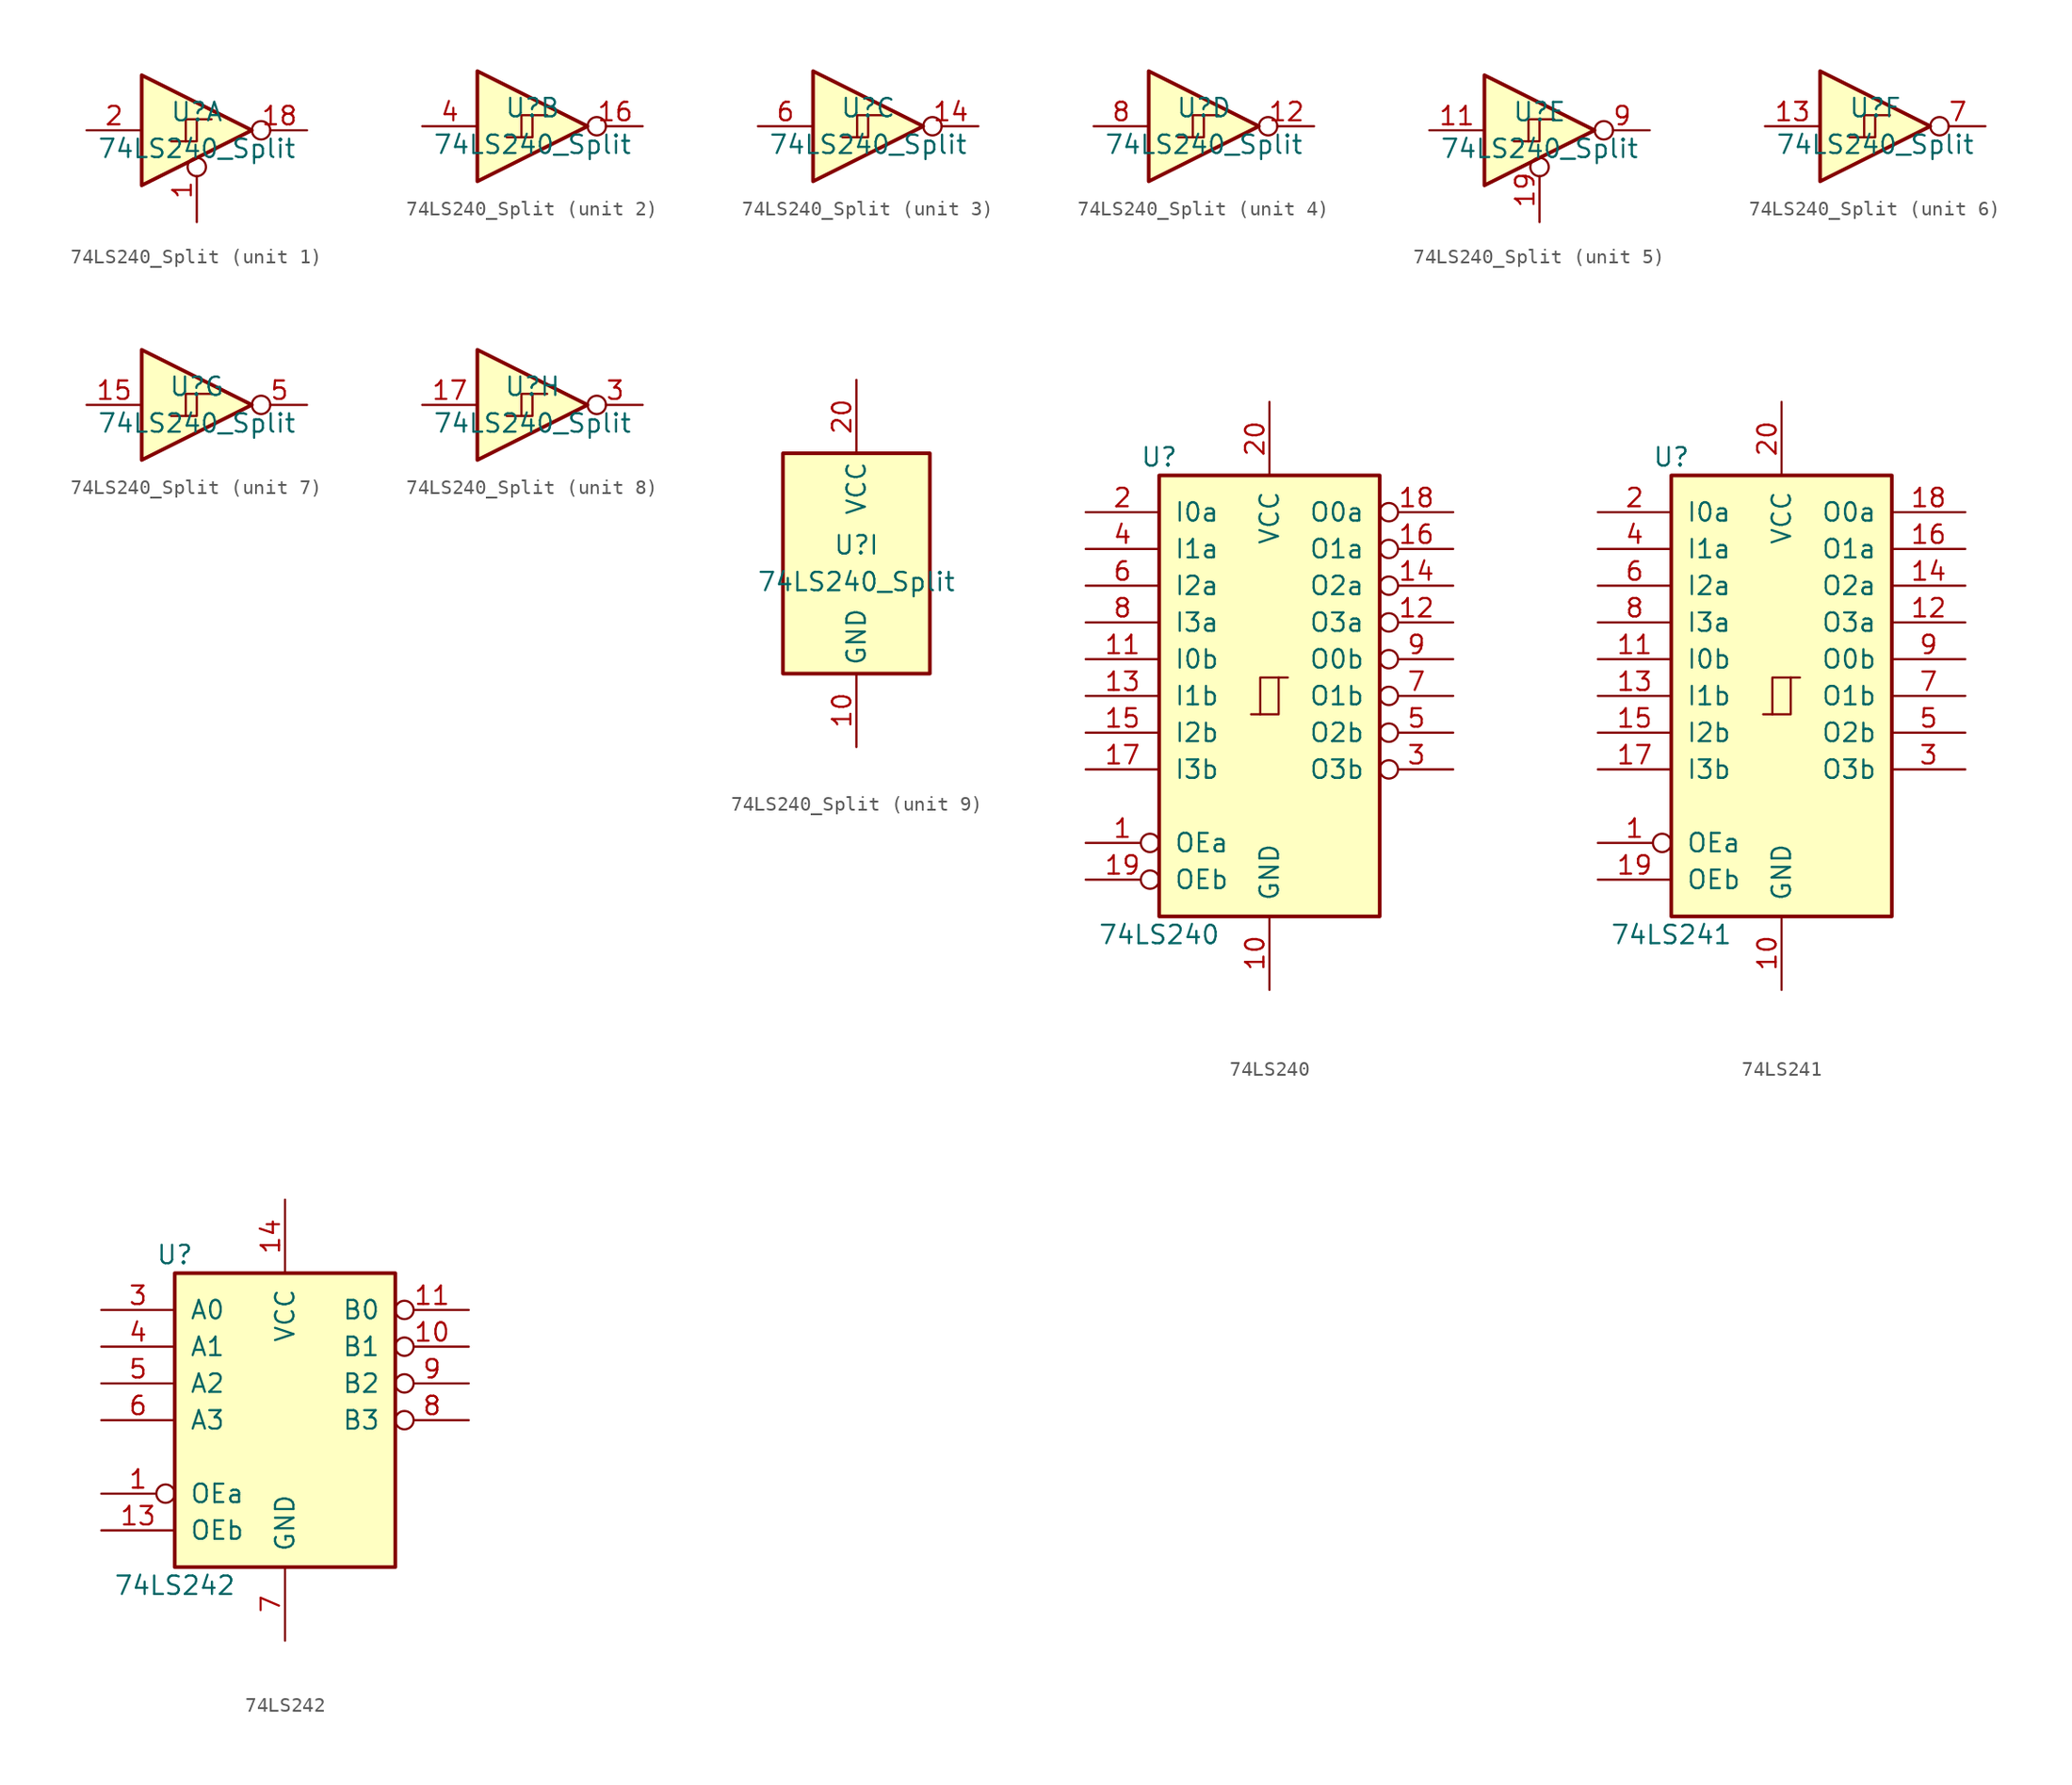
<source format=kicad_sym>
(kicad_symbol_lib
  (version 20241209)
  (generator "kicad_symbol_editor")
  (generator_version "9.0")
  (symbol "74LS240_Split"
    (property "Reference" "U"
      (at 0 1.27 0)
      (effects (font (size 1.27 1.27))))
    (property "Value" "74LS240_Split"
      (at 0 -1.27 0)
      (effects (font (size 1.27 1.27))))
    (property "ki_locked" ""
      (at 0 0 0)
      (effects (font (size 1.27 1.27))))
    (symbol "74LS240_Split_1_0"
      (polyline (pts (xy -3.81 3.81) (xy -3.81 -3.81) (xy 3.81 0) (xy -3.81 3.81)) (stroke (width 0.254) (type solid)) (fill (type background)))
      (pin input line (at -7.62 0 0) (length 3.81) (name "~" (effects (font (size 1.27 1.27)))) (number "2" (effects (font (size 1.27 1.27)))))
      (pin input inverted (at 0 -6.35 90) (length 4.445) (name "~" (effects (font (size 1.27 1.27)))) (number "1" (effects (font (size 1.27 1.27)))))
      (pin tri_state inverted (at 7.62 0 180) (length 3.81) (name "~" (effects (font (size 1.27 1.27)))) (number "18" (effects (font (size 1.27 1.27))))))
    (symbol "74LS240_Split_1_1"
      (polyline (pts (xy -0.762 -0.762) (xy -0.762 0.762) (xy 1.016 0.762)) (stroke (width 0) (type solid)) (fill (type none)))
      (polyline (pts (xy 0 0.762) (xy 0 -0.762) (xy -1.778 -0.762)) (stroke (width 0) (type solid)) (fill (type none))))
    (symbol "74LS240_Split_2_0"
      (polyline (pts (xy -3.81 3.81) (xy -3.81 -3.81) (xy 3.81 0) (xy -3.81 3.81)) (stroke (width 0.254) (type solid)) (fill (type background)))
      (pin input line (at -7.62 0 0) (length 3.81) (name "~" (effects (font (size 1.27 1.27)))) (number "4" (effects (font (size 1.27 1.27)))))
      (pin tri_state inverted (at 7.62 0 180) (length 3.81) (name "~" (effects (font (size 1.27 1.27)))) (number "16" (effects (font (size 1.27 1.27))))))
    (symbol "74LS240_Split_2_1"
      (polyline (pts (xy -0.762 -0.762) (xy -0.762 0.762) (xy 1.016 0.762)) (stroke (width 0) (type solid)) (fill (type none)))
      (polyline (pts (xy 0 0.762) (xy 0 -0.762) (xy -1.778 -0.762)) (stroke (width 0) (type solid)) (fill (type none))))
    (symbol "74LS240_Split_3_0"
      (polyline (pts (xy -3.81 3.81) (xy -3.81 -3.81) (xy 3.81 0) (xy -3.81 3.81)) (stroke (width 0.254) (type solid)) (fill (type background)))
      (pin input line (at -7.62 0 0) (length 3.81) (name "~" (effects (font (size 1.27 1.27)))) (number "6" (effects (font (size 1.27 1.27)))))
      (pin tri_state inverted (at 7.62 0 180) (length 3.81) (name "~" (effects (font (size 1.27 1.27)))) (number "14" (effects (font (size 1.27 1.27))))))
    (symbol "74LS240_Split_3_1"
      (polyline (pts (xy -0.762 -0.762) (xy -0.762 0.762) (xy 1.016 0.762)) (stroke (width 0) (type solid)) (fill (type none)))
      (polyline (pts (xy 0 0.762) (xy 0 -0.762) (xy -1.778 -0.762)) (stroke (width 0) (type solid)) (fill (type none))))
    (symbol "74LS240_Split_4_0"
      (polyline (pts (xy -3.81 3.81) (xy -3.81 -3.81) (xy 3.81 0) (xy -3.81 3.81)) (stroke (width 0.254) (type solid)) (fill (type background)))
      (pin input line (at -7.62 0 0) (length 3.81) (name "~" (effects (font (size 1.27 1.27)))) (number "8" (effects (font (size 1.27 1.27)))))
      (pin tri_state inverted (at 7.62 0 180) (length 3.81) (name "~" (effects (font (size 1.27 1.27)))) (number "12" (effects (font (size 1.27 1.27))))))
    (symbol "74LS240_Split_4_1"
      (polyline (pts (xy -0.762 -0.762) (xy -0.762 0.762) (xy 1.016 0.762)) (stroke (width 0) (type solid)) (fill (type none)))
      (polyline (pts (xy 0 0.762) (xy 0 -0.762) (xy -1.778 -0.762)) (stroke (width 0) (type solid)) (fill (type none))))
    (symbol "74LS240_Split_5_0"
      (polyline (pts (xy -3.81 3.81) (xy -3.81 -3.81) (xy 3.81 0) (xy -3.81 3.81)) (stroke (width 0.254) (type solid)) (fill (type background)))
      (pin input line (at -7.62 0 0) (length 3.81) (name "~" (effects (font (size 1.27 1.27)))) (number "11" (effects (font (size 1.27 1.27)))))
      (pin input inverted (at 0 -6.35 90) (length 4.445) (name "~" (effects (font (size 1.27 1.27)))) (number "19" (effects (font (size 1.27 1.27)))))
      (pin tri_state inverted (at 7.62 0 180) (length 3.81) (name "~" (effects (font (size 1.27 1.27)))) (number "9" (effects (font (size 1.27 1.27))))))
    (symbol "74LS240_Split_5_1"
      (polyline (pts (xy -0.762 -0.762) (xy -0.762 0.762) (xy 1.016 0.762)) (stroke (width 0) (type solid)) (fill (type none)))
      (polyline (pts (xy 0 0.762) (xy 0 -0.762) (xy -1.778 -0.762)) (stroke (width 0) (type solid)) (fill (type none))))
    (symbol "74LS240_Split_6_0"
      (polyline (pts (xy -3.81 3.81) (xy -3.81 -3.81) (xy 3.81 0) (xy -3.81 3.81)) (stroke (width 0.254) (type solid)) (fill (type background)))
      (pin input line (at -7.62 0 0) (length 3.81) (name "~" (effects (font (size 1.27 1.27)))) (number "13" (effects (font (size 1.27 1.27)))))
      (pin tri_state inverted (at 7.62 0 180) (length 3.81) (name "~" (effects (font (size 1.27 1.27)))) (number "7" (effects (font (size 1.27 1.27))))))
    (symbol "74LS240_Split_6_1"
      (polyline (pts (xy -0.762 -0.762) (xy -0.762 0.762) (xy 1.016 0.762)) (stroke (width 0) (type solid)) (fill (type none)))
      (polyline (pts (xy 0 0.762) (xy 0 -0.762) (xy -1.778 -0.762)) (stroke (width 0) (type solid)) (fill (type none))))
    (symbol "74LS240_Split_7_0"
      (polyline (pts (xy -3.81 3.81) (xy -3.81 -3.81) (xy 3.81 0) (xy -3.81 3.81)) (stroke (width 0.254) (type solid)) (fill (type background)))
      (pin input line (at -7.62 0 0) (length 3.81) (name "~" (effects (font (size 1.27 1.27)))) (number "15" (effects (font (size 1.27 1.27)))))
      (pin tri_state inverted (at 7.62 0 180) (length 3.81) (name "~" (effects (font (size 1.27 1.27)))) (number "5" (effects (font (size 1.27 1.27))))))
    (symbol "74LS240_Split_7_1"
      (polyline (pts (xy -0.762 -0.762) (xy -0.762 0.762) (xy 1.016 0.762)) (stroke (width 0) (type solid)) (fill (type none)))
      (polyline (pts (xy 0 0.762) (xy 0 -0.762) (xy -1.778 -0.762)) (stroke (width 0) (type solid)) (fill (type none))))
    (symbol "74LS240_Split_8_0"
      (polyline (pts (xy -3.81 3.81) (xy -3.81 -3.81) (xy 3.81 0) (xy -3.81 3.81)) (stroke (width 0.254) (type solid)) (fill (type background)))
      (pin input line (at -7.62 0 0) (length 3.81) (name "~" (effects (font (size 1.27 1.27)))) (number "17" (effects (font (size 1.27 1.27)))))
      (pin tri_state inverted (at 7.62 0 180) (length 3.81) (name "~" (effects (font (size 1.27 1.27)))) (number "3" (effects (font (size 1.27 1.27))))))
    (symbol "74LS240_Split_8_1"
      (polyline (pts (xy -0.762 -0.762) (xy -0.762 0.762) (xy 1.016 0.762)) (stroke (width 0) (type solid)) (fill (type none)))
      (polyline (pts (xy 0 0.762) (xy 0 -0.762) (xy -1.778 -0.762)) (stroke (width 0) (type solid)) (fill (type none))))
    (symbol "74LS240_Split_9_0"
      (pin power_in line (at 0 12.7 270) (length 5.08) (name "VCC" (effects (font (size 1.27 1.27)))) (number "20" (effects (font (size 1.27 1.27)))))
      (pin power_in line (at 0 -12.7 90) (length 5.08) (name "GND" (effects (font (size 1.27 1.27)))) (number "10" (effects (font (size 1.27 1.27))))))
    (symbol "74LS240_Split_9_1"
      (rectangle (start -5.08 7.62) (end 5.08 -7.62) (stroke (width 0.254) (type solid)) (fill (type background)))))
  (symbol "74LS240"
    (pin_names
      (offset 1.016))
    (property "Reference" "U"
      (at -7.62 16.51 0)
      (effects (font (size 1.27 1.27))))
    (property "Value" "74LS240"
      (at -7.62 -16.51 0)
      (effects (font (size 1.27 1.27))))
    (symbol "74LS240_1_0"
      (polyline (pts (xy -1.27 -1.27) (xy 0.635 -1.27) (xy 0.635 1.27) (xy 1.27 1.27)) (stroke (width 0) (type solid)) (fill (type none)))
      (polyline (pts (xy -0.635 -1.27) (xy -0.635 1.27) (xy 0.635 1.27)) (stroke (width 0) (type solid)) (fill (type none)))
      (pin input line (at -12.7 12.7 0) (length 5.08) (name "I0a" (effects (font (size 1.27 1.27)))) (number "2" (effects (font (size 1.27 1.27)))))
      (pin input line (at -12.7 10.16 0) (length 5.08) (name "I1a" (effects (font (size 1.27 1.27)))) (number "4" (effects (font (size 1.27 1.27)))))
      (pin input line (at -12.7 7.62 0) (length 5.08) (name "I2a" (effects (font (size 1.27 1.27)))) (number "6" (effects (font (size 1.27 1.27)))))
      (pin input line (at -12.7 5.08 0) (length 5.08) (name "I3a" (effects (font (size 1.27 1.27)))) (number "8" (effects (font (size 1.27 1.27)))))
      (pin input line (at -12.7 2.54 0) (length 5.08) (name "I0b" (effects (font (size 1.27 1.27)))) (number "11" (effects (font (size 1.27 1.27)))))
      (pin input line (at -12.7 0 0) (length 5.08) (name "I1b" (effects (font (size 1.27 1.27)))) (number "13" (effects (font (size 1.27 1.27)))))
      (pin input line (at -12.7 -2.54 0) (length 5.08) (name "I2b" (effects (font (size 1.27 1.27)))) (number "15" (effects (font (size 1.27 1.27)))))
      (pin input line (at -12.7 -5.08 0) (length 5.08) (name "I3b" (effects (font (size 1.27 1.27)))) (number "17" (effects (font (size 1.27 1.27)))))
      (pin input inverted (at -12.7 -10.16 0) (length 5.08) (name "OEa" (effects (font (size 1.27 1.27)))) (number "1" (effects (font (size 1.27 1.27)))))
      (pin input inverted (at -12.7 -12.7 0) (length 5.08) (name "OEb" (effects (font (size 1.27 1.27)))) (number "19" (effects (font (size 1.27 1.27)))))
      (pin power_in line (at 0 20.32 270) (length 5.08) (name "VCC" (effects (font (size 1.27 1.27)))) (number "20" (effects (font (size 1.27 1.27)))))
      (pin power_in line (at 0 -20.32 90) (length 5.08) (name "GND" (effects (font (size 1.27 1.27)))) (number "10" (effects (font (size 1.27 1.27)))))
      (pin tri_state inverted (at 12.7 12.7 180) (length 5.08) (name "O0a" (effects (font (size 1.27 1.27)))) (number "18" (effects (font (size 1.27 1.27)))))
      (pin tri_state inverted (at 12.7 10.16 180) (length 5.08) (name "O1a" (effects (font (size 1.27 1.27)))) (number "16" (effects (font (size 1.27 1.27)))))
      (pin tri_state inverted (at 12.7 7.62 180) (length 5.08) (name "O2a" (effects (font (size 1.27 1.27)))) (number "14" (effects (font (size 1.27 1.27)))))
      (pin tri_state inverted (at 12.7 5.08 180) (length 5.08) (name "O3a" (effects (font (size 1.27 1.27)))) (number "12" (effects (font (size 1.27 1.27)))))
      (pin tri_state inverted (at 12.7 2.54 180) (length 5.08) (name "O0b" (effects (font (size 1.27 1.27)))) (number "9" (effects (font (size 1.27 1.27)))))
      (pin tri_state inverted (at 12.7 0 180) (length 5.08) (name "O1b" (effects (font (size 1.27 1.27)))) (number "7" (effects (font (size 1.27 1.27)))))
      (pin tri_state inverted (at 12.7 -2.54 180) (length 5.08) (name "O2b" (effects (font (size 1.27 1.27)))) (number "5" (effects (font (size 1.27 1.27)))))
      (pin tri_state inverted (at 12.7 -5.08 180) (length 5.08) (name "O3b" (effects (font (size 1.27 1.27)))) (number "3" (effects (font (size 1.27 1.27))))))
    (symbol "74LS240_1_1"
      (rectangle (start -7.62 15.24) (end 7.62 -15.24) (stroke (width 0.254) (type solid)) (fill (type background)))))
  (symbol "74LS241"
    (pin_names
      (offset 1.016))
    (property "Reference" "U"
      (at -7.62 16.51 0)
      (effects (font (size 1.27 1.27))))
    (property "Value" "74LS241"
      (at -7.62 -16.51 0)
      (effects (font (size 1.27 1.27))))
    (symbol "74LS241_1_0"
      (polyline (pts (xy -1.27 -1.27) (xy 0.635 -1.27) (xy 0.635 1.27) (xy 1.27 1.27)) (stroke (width 0) (type solid)) (fill (type none)))
      (polyline (pts (xy -0.635 -1.27) (xy -0.635 1.27) (xy 0.635 1.27)) (stroke (width 0) (type solid)) (fill (type none)))
      (pin input line (at -12.7 12.7 0) (length 5.08) (name "I0a" (effects (font (size 1.27 1.27)))) (number "2" (effects (font (size 1.27 1.27)))))
      (pin input line (at -12.7 10.16 0) (length 5.08) (name "I1a" (effects (font (size 1.27 1.27)))) (number "4" (effects (font (size 1.27 1.27)))))
      (pin input line (at -12.7 7.62 0) (length 5.08) (name "I2a" (effects (font (size 1.27 1.27)))) (number "6" (effects (font (size 1.27 1.27)))))
      (pin input line (at -12.7 5.08 0) (length 5.08) (name "I3a" (effects (font (size 1.27 1.27)))) (number "8" (effects (font (size 1.27 1.27)))))
      (pin input line (at -12.7 2.54 0) (length 5.08) (name "I0b" (effects (font (size 1.27 1.27)))) (number "11" (effects (font (size 1.27 1.27)))))
      (pin input line (at -12.7 0 0) (length 5.08) (name "I1b" (effects (font (size 1.27 1.27)))) (number "13" (effects (font (size 1.27 1.27)))))
      (pin input line (at -12.7 -2.54 0) (length 5.08) (name "I2b" (effects (font (size 1.27 1.27)))) (number "15" (effects (font (size 1.27 1.27)))))
      (pin input line (at -12.7 -5.08 0) (length 5.08) (name "I3b" (effects (font (size 1.27 1.27)))) (number "17" (effects (font (size 1.27 1.27)))))
      (pin input inverted (at -12.7 -10.16 0) (length 5.08) (name "OEa" (effects (font (size 1.27 1.27)))) (number "1" (effects (font (size 1.27 1.27)))))
      (pin input line (at -12.7 -12.7 0) (length 5.08) (name "OEb" (effects (font (size 1.27 1.27)))) (number "19" (effects (font (size 1.27 1.27)))))
      (pin power_in line (at 0 20.32 270) (length 5.08) (name "VCC" (effects (font (size 1.27 1.27)))) (number "20" (effects (font (size 1.27 1.27)))))
      (pin power_in line (at 0 -20.32 90) (length 5.08) (name "GND" (effects (font (size 1.27 1.27)))) (number "10" (effects (font (size 1.27 1.27)))))
      (pin tri_state line (at 12.7 12.7 180) (length 5.08) (name "O0a" (effects (font (size 1.27 1.27)))) (number "18" (effects (font (size 1.27 1.27)))))
      (pin tri_state line (at 12.7 10.16 180) (length 5.08) (name "O1a" (effects (font (size 1.27 1.27)))) (number "16" (effects (font (size 1.27 1.27)))))
      (pin tri_state line (at 12.7 7.62 180) (length 5.08) (name "O2a" (effects (font (size 1.27 1.27)))) (number "14" (effects (font (size 1.27 1.27)))))
      (pin tri_state line (at 12.7 5.08 180) (length 5.08) (name "O3a" (effects (font (size 1.27 1.27)))) (number "12" (effects (font (size 1.27 1.27)))))
      (pin tri_state line (at 12.7 2.54 180) (length 5.08) (name "O0b" (effects (font (size 1.27 1.27)))) (number "9" (effects (font (size 1.27 1.27)))))
      (pin tri_state line (at 12.7 0 180) (length 5.08) (name "O1b" (effects (font (size 1.27 1.27)))) (number "7" (effects (font (size 1.27 1.27)))))
      (pin tri_state line (at 12.7 -2.54 180) (length 5.08) (name "O2b" (effects (font (size 1.27 1.27)))) (number "5" (effects (font (size 1.27 1.27)))))
      (pin tri_state line (at 12.7 -5.08 180) (length 5.08) (name "O3b" (effects (font (size 1.27 1.27)))) (number "3" (effects (font (size 1.27 1.27))))))
    (symbol "74LS241_1_1"
      (rectangle (start -7.62 15.24) (end 7.62 -15.24) (stroke (width 0.254) (type solid)) (fill (type background)))))
  (symbol "74LS242"
    (pin_names
      (offset 1.016))
    (property "Reference" "U"
      (at -7.62 11.43 0)
      (effects (font (size 1.27 1.27))))
    (property "Value" "74LS242"
      (at -7.62 -11.43 0)
      (effects (font (size 1.27 1.27))))
    (property "ki_locked" ""
      (at 0 0 0)
      (effects (font (size 1.27 1.27))))
    (symbol "74LS242_1_0"
      (pin input line (at -12.7 7.62 0) (length 5.08) (name "A0" (effects (font (size 1.27 1.27)))) (number "3" (effects (font (size 1.27 1.27)))))
      (pin input line (at -12.7 5.08 0) (length 5.08) (name "A1" (effects (font (size 1.27 1.27)))) (number "4" (effects (font (size 1.27 1.27)))))
      (pin input line (at -12.7 2.54 0) (length 5.08) (name "A2" (effects (font (size 1.27 1.27)))) (number "5" (effects (font (size 1.27 1.27)))))
      (pin input line (at -12.7 0 0) (length 5.08) (name "A3" (effects (font (size 1.27 1.27)))) (number "6" (effects (font (size 1.27 1.27)))))
      (pin input inverted (at -12.7 -5.08 0) (length 5.08) (name "OEa" (effects (font (size 1.27 1.27)))) (number "1" (effects (font (size 1.27 1.27)))))
      (pin input line (at -12.7 -7.62 0) (length 5.08) (name "OEb" (effects (font (size 1.27 1.27)))) (number "13" (effects (font (size 1.27 1.27)))))
      (pin power_in line (at 0 15.24 270) (length 5.08) (name "VCC" (effects (font (size 1.27 1.27)))) (number "14" (effects (font (size 1.27 1.27)))))
      (pin power_in line (at 0 -15.24 90) (length 5.08) (name "GND" (effects (font (size 1.27 1.27)))) (number "7" (effects (font (size 1.27 1.27)))))
      (pin tri_state inverted (at 12.7 7.62 180) (length 5.08) (name "B0" (effects (font (size 1.27 1.27)))) (number "11" (effects (font (size 1.27 1.27)))))
      (pin tri_state inverted (at 12.7 5.08 180) (length 5.08) (name "B1" (effects (font (size 1.27 1.27)))) (number "10" (effects (font (size 1.27 1.27)))))
      (pin tri_state inverted (at 12.7 2.54 180) (length 5.08) (name "B2" (effects (font (size 1.27 1.27)))) (number "9" (effects (font (size 1.27 1.27)))))
      (pin tri_state inverted (at 12.7 0 180) (length 5.08) (name "B3" (effects (font (size 1.27 1.27)))) (number "8" (effects (font (size 1.27 1.27))))))
    (symbol "74LS242_1_1"
      (rectangle (start -7.62 10.16) (end 7.62 -10.16) (stroke (width 0.254) (type solid)) (fill (type background))))))
</source>
